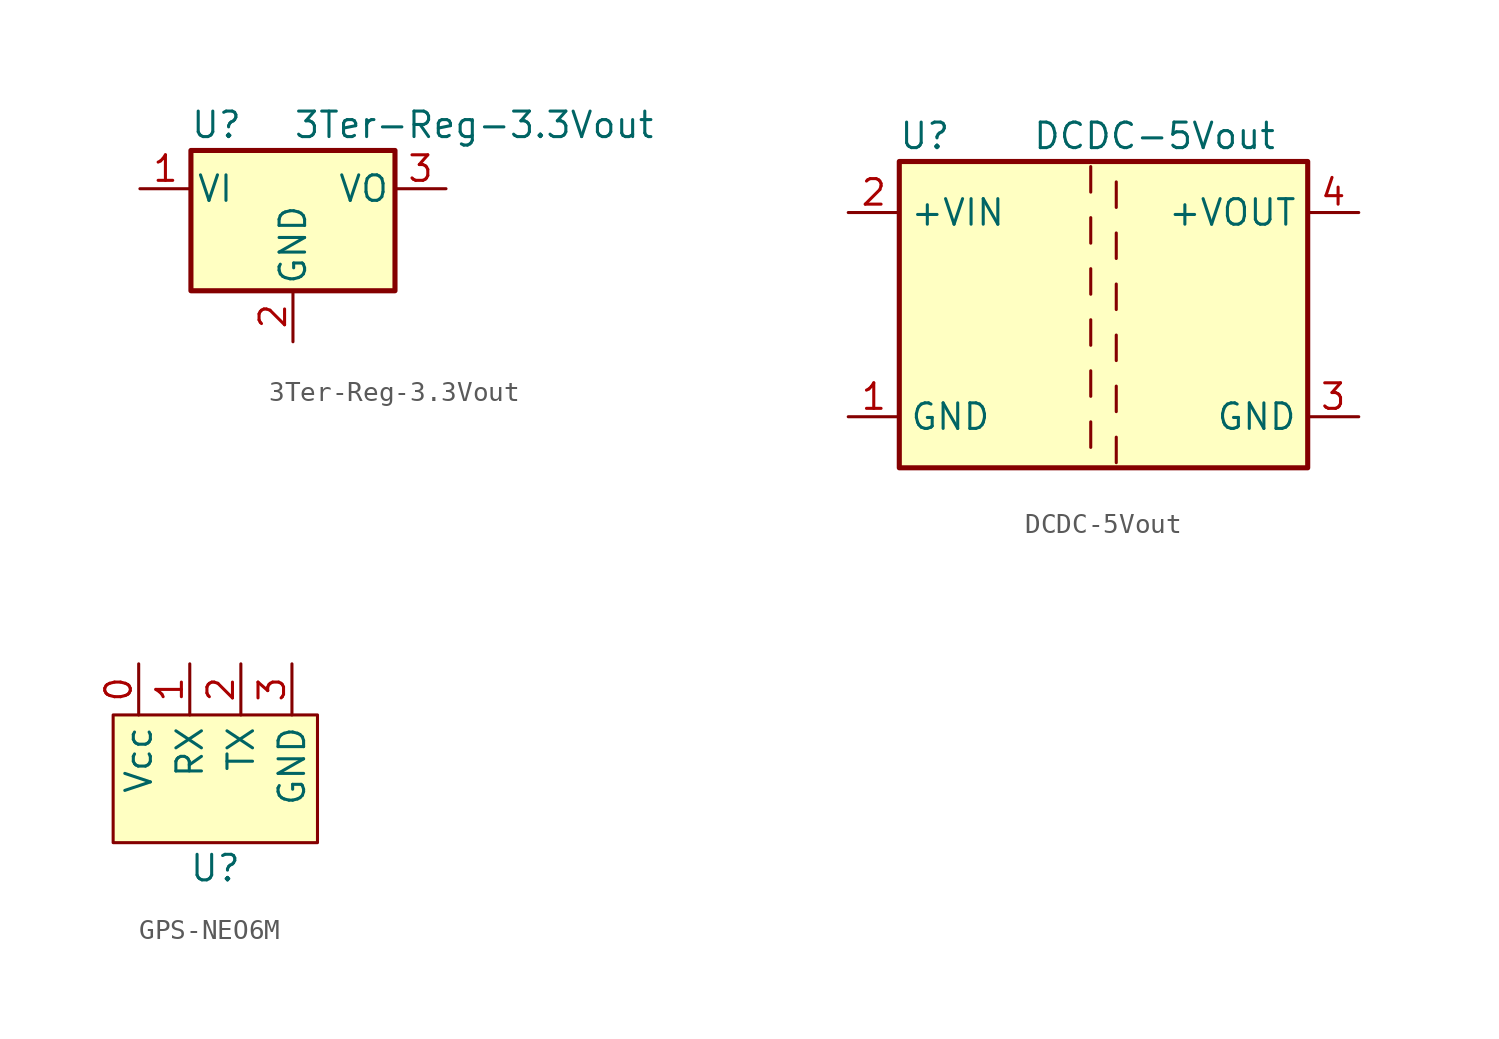
<source format=kicad_sym>
(kicad_symbol_lib
  (version 20220914)
  (generator kicad_symbol_editor)
  (symbol "3Ter-Reg-3.3Vout"
    (pin_names
      (offset 0.254))
    (property "Reference" "U"
      (at -3.81 3.175 0)
      (effects (font (size 1.27 1.27))))
    (property "Value" "3Ter-Reg-3.3Vout"
      (at 0 3.175 0)
      (effects (font (size 1.27 1.27)) (justify left)))
    (symbol "3Ter-Reg-3.3Vout_0_1"
      (rectangle (start -5.08 1.905) (end 5.08 -5.08) (stroke (width 0.254) (type default)) (fill (type background))))
    (symbol "3Ter-Reg-3.3Vout_1_1"
      (pin power_in line (at -7.62 0 0) (length 2.54) (name "VI" (effects (font (size 1.27 1.27)))) (number "1" (effects (font (size 1.27 1.27)))))
      (pin power_in line (at 0 -7.62 90) (length 2.54) (name "GND" (effects (font (size 1.27 1.27)))) (number "2" (effects (font (size 1.27 1.27)))))
      (pin power_out line (at 7.62 0 180) (length 2.54) (name "VO" (effects (font (size 1.27 1.27)))) (number "3" (effects (font (size 1.27 1.27)))))))
  (symbol "DCDC-5Vout"
    (property "Reference" "U"
      (at -8.89 8.89 0)
      (effects (font (size 1.27 1.27))))
    (property "Value" "DCDC-5Vout"
      (at 2.54 8.89 0)
      (effects (font (size 1.27 1.27))))
    (symbol "DCDC-5Vout_0_1"
      (rectangle (start -10.16 7.62) (end 10.16 -7.62) (stroke (width 0.254) (type default)) (fill (type background)))
      (polyline (pts (xy -0.635 -5.334) (xy -0.635 -6.604)) (stroke (width 0) (type default)) (fill (type none)))
      (polyline (pts (xy -0.635 -2.794) (xy -0.635 -4.064)) (stroke (width 0) (type default)) (fill (type none)))
      (polyline (pts (xy -0.635 -0.254) (xy -0.635 -1.524)) (stroke (width 0) (type default)) (fill (type none)))
      (polyline (pts (xy -0.635 2.286) (xy -0.635 1.016)) (stroke (width 0) (type default)) (fill (type none)))
      (polyline (pts (xy -0.635 4.826) (xy -0.635 3.556)) (stroke (width 0) (type default)) (fill (type none)))
      (polyline (pts (xy -0.635 7.366) (xy -0.635 6.096)) (stroke (width 0) (type default)) (fill (type none)))
      (polyline (pts (xy 0.635 -7.366) (xy 0.635 -6.096)) (stroke (width 0) (type default)) (fill (type none)))
      (polyline (pts (xy 0.635 -4.826) (xy 0.635 -3.556)) (stroke (width 0) (type default)) (fill (type none)))
      (polyline (pts (xy 0.635 -2.286) (xy 0.635 -1.016)) (stroke (width 0) (type default)) (fill (type none)))
      (polyline (pts (xy 0.635 0.254) (xy 0.635 1.524)) (stroke (width 0) (type default)) (fill (type none)))
      (polyline (pts (xy 0.635 2.794) (xy 0.635 4.064)) (stroke (width 0) (type default)) (fill (type none)))
      (polyline (pts (xy 0.635 5.334) (xy 0.635 6.604)) (stroke (width 0) (type default)) (fill (type none))))
    (symbol "DCDC-5Vout_1_1"
      (pin bidirectional line (at -12.7 -5.08 0) (length 2.54) (name "GND" (effects (font (size 1.27 1.27)))) (number "1" (effects (font (size 1.27 1.27)))))
      (pin power_in line (at -12.7 5.08 0) (length 2.54) (name "+VIN" (effects (font (size 1.27 1.27)))) (number "2" (effects (font (size 1.27 1.27)))))
      (pin bidirectional line (at 12.7 -5.08 180) (length 2.54) (name "GND" (effects (font (size 1.27 1.27)))) (number "3" (effects (font (size 1.27 1.27)))))
      (pin power_out line (at 12.7 5.08 180) (length 2.54) (name "+VOUT" (effects (font (size 1.27 1.27)))) (number "4" (effects (font (size 1.27 1.27)))))))
  (symbol "GPS-NEO6M"
    (property "Reference" "U"
      (at 5.08 -2.54 0)
      (effects (font (size 1.27 1.27))))
    (property "Value" ""
      (at 0 -1.27 0)
      (effects (font (size 1.27 1.27))))
    (symbol "GPS-NEO6M_1_1"
      (rectangle (start 0 5.08) (end 10.16 -1.27) (stroke (width 0) (type default)) (fill (type background)))
      (pin power_in line (at 1.27 7.62 270) (length 2.54) (name "Vcc" (effects (font (size 1.27 1.27)))) (number "0" (effects (font (size 1.27 1.27)))))
      (pin input line (at 3.81 7.62 270) (length 2.54) (name "RX" (effects (font (size 1.27 1.27)))) (number "1" (effects (font (size 1.27 1.27)))))
      (pin output line (at 6.35 7.62 270) (length 2.54) (name "TX" (effects (font (size 1.27 1.27)))) (number "2" (effects (font (size 1.27 1.27)))))
      (pin bidirectional line (at 8.89 7.62 270) (length 2.54) (name "GND" (effects (font (size 1.27 1.27)))) (number "3" (effects (font (size 1.27 1.27))))))))
</source>
